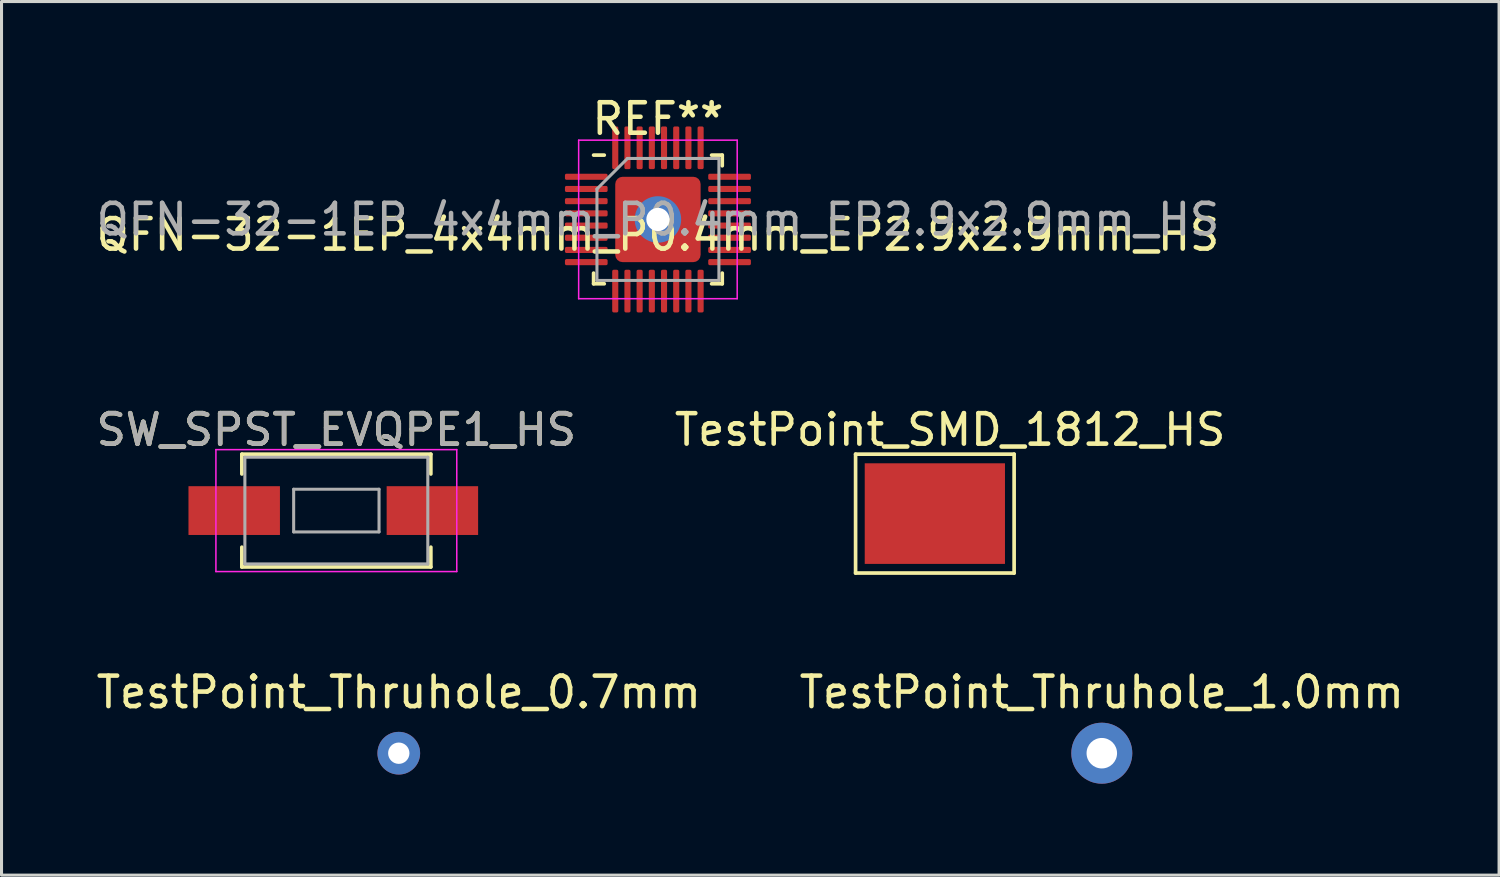
<source format=kicad_pcb>
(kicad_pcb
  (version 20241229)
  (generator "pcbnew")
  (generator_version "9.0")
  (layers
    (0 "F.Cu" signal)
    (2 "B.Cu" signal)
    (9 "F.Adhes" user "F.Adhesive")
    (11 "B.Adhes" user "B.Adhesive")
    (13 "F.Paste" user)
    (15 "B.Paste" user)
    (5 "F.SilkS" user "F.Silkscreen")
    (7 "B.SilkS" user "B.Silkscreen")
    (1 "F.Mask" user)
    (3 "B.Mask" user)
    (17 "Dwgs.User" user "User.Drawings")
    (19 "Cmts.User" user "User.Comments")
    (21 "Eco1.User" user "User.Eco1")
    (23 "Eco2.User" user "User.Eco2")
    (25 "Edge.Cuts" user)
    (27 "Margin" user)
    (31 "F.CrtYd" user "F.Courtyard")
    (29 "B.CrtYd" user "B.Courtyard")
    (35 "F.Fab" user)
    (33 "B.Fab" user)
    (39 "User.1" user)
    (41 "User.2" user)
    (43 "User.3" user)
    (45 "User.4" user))
  (footprint "TestPoint_Thruhole_0.7mm"
    (layer "F.Cu")
    (at 10.03 21.655)
    (property "Reference" "TestPoint_Thruhole_0.7mm" (at 0 -2 0) (layer "F.SilkS") (effects (font (size 1 1) (thickness 0.15))))
    (attr through_hole)
    (pad "1" thru_hole circle (at 0 0) (size 1.4 1.4) (drill 0.7) (layers "*.Cu" "*.Mask")))
  (footprint "SW_SPST_EVQPE1_HS"
    (layer "F.Cu")
    (at 7.982 13.697)
    (property "Reference" "SW_SPST_EVQPE1_HS" (at 0 -2.65 0) (layer "F.SilkS") (effects (font (size 1 1) (thickness 0.15))))
    (attr smd)
    (fp_line (start -3.1 -1.85) (end -3.1 -1.2) (stroke (width 0.12) (type solid)) (layer "F.SilkS"))
    (fp_line (start -3.1 1.2) (end -3.1 1.85) (stroke (width 0.12) (type solid)) (layer "F.SilkS"))
    (fp_line (start -3.1 1.85) (end 3.1 1.85) (stroke (width 0.12) (type solid)) (layer "F.SilkS"))
    (fp_line (start 3.1 -1.85) (end -3.1 -1.85) (stroke (width 0.12) (type solid)) (layer "F.SilkS"))
    (fp_line (start 3.1 -1.85) (end 3.1 -1.2) (stroke (width 0.12) (type solid)) (layer "F.SilkS"))
    (fp_line (start 3.1 1.85) (end 3.1 1.2) (stroke (width 0.12) (type solid)) (layer "F.SilkS"))
    (fp_line (start -3.95 -2) (end 3.95 -2) (stroke (width 0.05) (type solid)) (layer "F.CrtYd"))
    (fp_line (start -3.95 2) (end -3.95 -2) (stroke (width 0.05) (type solid)) (layer "F.CrtYd"))
    (fp_line (start 3.95 -2) (end 3.95 2) (stroke (width 0.05) (type solid)) (layer "F.CrtYd"))
    (fp_line (start 3.95 2) (end -3.95 2) (stroke (width 0.05) (type solid)) (layer "F.CrtYd"))
    (fp_line (start -3 -1.75) (end 3 -1.75) (stroke (width 0.1) (type solid)) (layer "F.Fab"))
    (fp_line (start -3 1.75) (end -3 -1.75) (stroke (width 0.1) (type solid)) (layer "F.Fab"))
    (fp_line (start -1.4 -0.7) (end 1.4 -0.7) (stroke (width 0.1) (type solid)) (layer "F.Fab"))
    (fp_line (start -1.4 0.7) (end -1.4 -0.7) (stroke (width 0.1) (type solid)) (layer "F.Fab"))
    (fp_line (start 1.4 -0.7) (end 1.4 0.7) (stroke (width 0.1) (type solid)) (layer "F.Fab"))
    (fp_line (start 1.4 0.7) (end -1.4 0.7) (stroke (width 0.1) (type solid)) (layer "F.Fab"))
    (fp_line (start 3 -1.75) (end 3 1.75) (stroke (width 0.1) (type solid)) (layer "F.Fab"))
    (fp_line (start 3 1.75) (end -3 1.75) (stroke (width 0.1) (type solid)) (layer "F.Fab"))
    (fp_text user "${REFERENCE}" (at 0 -2.65 0) (layer "F.Fab") (effects (font (size 1 1) (thickness 0.15))))
    (pad "1" smd rect (at -3.35 0) (size 3 1.6) (layers "F.Cu" "F.Mask" "F.Paste"))
    (pad "2" smd rect (at 3.15 0) (size 3 1.6) (layers "F.Cu" "F.Mask" "F.Paste")))
  (footprint "TestPoint_Thruhole_1.0mm"
    (layer "F.Cu")
    (at 33.089 21.655)
    (property "Reference" "TestPoint_Thruhole_1.0mm" (at 0 -2 0) (layer "F.SilkS") (effects (font (size 1 1) (thickness 0.15))))
    (attr through_hole)
    (pad "1" thru_hole circle (at 0 0) (size 2 2) (drill 1) (layers "*.Cu" "*.Mask")))
  (footprint "TestPoint_SMD_1812_HS"
    (layer "F.Cu")
    (at 27.613 13.796)
    (property "Reference" "TestPoint_SMD_1812_HS" (at 0.5 -2.75 0) (layer "F.SilkS") (effects (font (size 1 1) (thickness 0.15))))
    (attr smd)
    (fp_line (start -2.6 1.95) (end -2.6 -1.95) (stroke (width 0.12) (type solid)) (layer "F.SilkS"))
    (fp_line (start -2.6 1.95) (end 2.6 1.95) (stroke (width 0.12) (type solid)) (layer "F.SilkS"))
    (fp_line (start 2.6 -1.95) (end -2.6 -1.95) (stroke (width 0.12) (type solid)) (layer "F.SilkS"))
    (fp_line (start 2.6 -1.95) (end 2.6 1.95) (stroke (width 0.12) (type solid)) (layer "F.SilkS"))
    (pad "1" smd rect (at 0 0) (size 4.6 3.3) (layers "F.Cu" "F.Mask" "F.Paste")))
  (footprint "QFN-32-1EP_4x4mm_P0.4mm_EP2.9x2.9mm_HS"
    (layer "F.Cu")
    (at 18.53 4.148)
    (property "Reference" "QFN-32-1EP_4x4mm_P0.4mm_EP2.9x2.9mm_HS" (at 0 0.5 0) (layer "F.SilkS") (effects (font (size 1 1) (thickness 0.15))))
    (attr through_hole)
    (fp_line (start -2.11 2.11) (end -2.11 1.76) (stroke (width 0.12) (type solid)) (layer "F.SilkS"))
    (fp_line (start -1.76 -2.11) (end -2.11 -2.11) (stroke (width 0.12) (type solid)) (layer "F.SilkS"))
    (fp_line (start -1.76 2.11) (end -2.11 2.11) (stroke (width 0.12) (type solid)) (layer "F.SilkS"))
    (fp_line (start 1.76 -2.11) (end 2.11 -2.11) (stroke (width 0.12) (type solid)) (layer "F.SilkS"))
    (fp_line (start 1.76 2.11) (end 2.11 2.11) (stroke (width 0.12) (type solid)) (layer "F.SilkS"))
    (fp_line (start 2.11 -2.11) (end 2.11 -1.76) (stroke (width 0.12) (type solid)) (layer "F.SilkS"))
    (fp_line (start 2.11 2.11) (end 2.11 1.76) (stroke (width 0.12) (type solid)) (layer "F.SilkS"))
    (fp_line (start -2.6 -2.6) (end -2.6 2.6) (stroke (width 0.05) (type solid)) (layer "F.CrtYd"))
    (fp_line (start -2.6 2.6) (end 2.6 2.6) (stroke (width 0.05) (type solid)) (layer "F.CrtYd"))
    (fp_line (start 2.6 -2.6) (end -2.6 -2.6) (stroke (width 0.05) (type solid)) (layer "F.CrtYd"))
    (fp_line (start 2.6 2.6) (end 2.6 -2.6) (stroke (width 0.05) (type solid)) (layer "F.CrtYd"))
    (fp_line (start -2 -1) (end -1 -2) (stroke (width 0.1) (type solid)) (layer "F.Fab"))
    (fp_line (start -2 2) (end -2 -1) (stroke (width 0.1) (type solid)) (layer "F.Fab"))
    (fp_line (start -1 -2) (end 2 -2) (stroke (width 0.1) (type solid)) (layer "F.Fab"))
    (fp_line (start 2 -2) (end 2 2) (stroke (width 0.1) (type solid)) (layer "F.Fab"))
    (fp_line (start 2 2) (end -2 2) (stroke (width 0.1) (type solid)) (layer "F.Fab"))
    (fp_text user "REF**" (at 0 -3.3 0) (layer "F.SilkS") (effects (font (size 1 1) (thickness 0.15))))
    (fp_text user "${REFERENCE}" (at 0 0 0) (layer "F.Fab") (effects (font (size 1 1) (thickness 0.15))))
    (pad "" smd roundrect (at -0.725 -0.725) (size 1.17 1.17) (layers "F.Paste") (roundrect_rratio 0.214))
    (pad "" smd roundrect (at -0.725 0.725) (size 1.17 1.17) (layers "F.Paste") (roundrect_rratio 0.214))
    (pad "" smd roundrect (at 0.725 -0.725) (size 1.17 1.17) (layers "F.Paste") (roundrect_rratio 0.214))
    (pad "" smd roundrect (at 0.725 0.725) (size 1.17 1.17) (layers "F.Paste") (roundrect_rratio 0.214))
    (pad "1" smd roundrect (at -2.35 -1.4) (size 1.4 0.2) (layers "F.Cu" "F.Mask" "F.Paste") (roundrect_rratio 0.25))
    (pad "2" smd roundrect (at -2.35 -1) (size 1.4 0.2) (layers "F.Cu" "F.Mask" "F.Paste") (roundrect_rratio 0.25))
    (pad "3" smd roundrect (at -2.35 -0.6) (size 1.4 0.2) (layers "F.Cu" "F.Mask" "F.Paste") (roundrect_rratio 0.25))
    (pad "4" smd roundrect (at -2.35 -0.2) (size 1.4 0.2) (layers "F.Cu" "F.Mask" "F.Paste") (roundrect_rratio 0.25))
    (pad "5" smd roundrect (at -2.35 0.2) (size 1.4 0.2) (layers "F.Cu" "F.Mask" "F.Paste") (roundrect_rratio 0.25))
    (pad "6" smd roundrect (at -2.35 0.6) (size 1.4 0.2) (layers "F.Cu" "F.Mask" "F.Paste") (roundrect_rratio 0.25))
    (pad "7" smd roundrect (at -2.35 1) (size 1.4 0.2) (layers "F.Cu" "F.Mask" "F.Paste") (roundrect_rratio 0.25))
    (pad "8" smd roundrect (at -2.35 1.4) (size 1.4 0.2) (layers "F.Cu" "F.Mask" "F.Paste") (roundrect_rratio 0.25))
    (pad "9" smd roundrect (at -1.4 2.35) (size 0.2 1.4) (layers "F.Cu" "F.Mask" "F.Paste") (roundrect_rratio 0.25))
    (pad "10" smd roundrect (at -1 2.35) (size 0.2 1.4) (layers "F.Cu" "F.Mask" "F.Paste") (roundrect_rratio 0.25))
    (pad "11" smd roundrect (at -0.6 2.35) (size 0.2 1.4) (layers "F.Cu" "F.Mask" "F.Paste") (roundrect_rratio 0.25))
    (pad "12" smd roundrect (at -0.2 2.35) (size 0.2 1.4) (layers "F.Cu" "F.Mask" "F.Paste") (roundrect_rratio 0.25))
    (pad "13" smd roundrect (at 0.2 2.35) (size 0.2 1.4) (layers "F.Cu" "F.Mask" "F.Paste") (roundrect_rratio 0.25))
    (pad "14" smd roundrect (at 0.6 2.35) (size 0.2 1.4) (layers "F.Cu" "F.Mask" "F.Paste") (roundrect_rratio 0.25))
    (pad "15" smd roundrect (at 1 2.35) (size 0.2 1.4) (layers "F.Cu" "F.Mask" "F.Paste") (roundrect_rratio 0.25))
    (pad "16" smd roundrect (at 1.4 2.35) (size 0.2 1.4) (layers "F.Cu" "F.Mask" "F.Paste") (roundrect_rratio 0.25))
    (pad "17" smd roundrect (at 2.35 1.4) (size 1.4 0.2) (layers "F.Cu" "F.Mask" "F.Paste") (roundrect_rratio 0.25))
    (pad "18" smd roundrect (at 2.35 1) (size 1.4 0.2) (layers "F.Cu" "F.Mask" "F.Paste") (roundrect_rratio 0.25))
    (pad "19" smd roundrect (at 2.35 0.6) (size 1.4 0.2) (layers "F.Cu" "F.Mask" "F.Paste") (roundrect_rratio 0.25))
    (pad "20" smd roundrect (at 2.35 0.2) (size 1.4 0.2) (layers "F.Cu" "F.Mask" "F.Paste") (roundrect_rratio 0.25))
    (pad "21" smd roundrect (at 2.35 -0.2) (size 1.4 0.2) (layers "F.Cu" "F.Mask" "F.Paste") (roundrect_rratio 0.25))
    (pad "22" smd roundrect (at 2.35 -0.6) (size 1.4 0.2) (layers "F.Cu" "F.Mask" "F.Paste") (roundrect_rratio 0.25))
    (pad "23" smd roundrect (at 2.35 -1) (size 1.4 0.2) (layers "F.Cu" "F.Mask" "F.Paste") (roundrect_rratio 0.25))
    (pad "24" smd roundrect (at 2.35 -1.4) (size 1.4 0.2) (layers "F.Cu" "F.Mask" "F.Paste") (roundrect_rratio 0.25))
    (pad "25" smd roundrect (at 1.4 -2.35) (size 0.2 1.4) (layers "F.Cu" "F.Mask" "F.Paste") (roundrect_rratio 0.25))
    (pad "26" smd roundrect (at 1 -2.35) (size 0.2 1.4) (layers "F.Cu" "F.Mask" "F.Paste") (roundrect_rratio 0.25))
    (pad "27" smd roundrect (at 0.6 -2.35) (size 0.2 1.4) (layers "F.Cu" "F.Mask" "F.Paste") (roundrect_rratio 0.25))
    (pad "28" smd roundrect (at 0.2 -2.35) (size 0.2 1.4) (layers "F.Cu" "F.Mask" "F.Paste") (roundrect_rratio 0.25))
    (pad "29" smd roundrect (at -0.2 -2.35) (size 0.2 1.4) (layers "F.Cu" "F.Mask" "F.Paste") (roundrect_rratio 0.25))
    (pad "30" smd roundrect (at -0.6 -2.35) (size 0.2 1.4) (layers "F.Cu" "F.Mask" "F.Paste") (roundrect_rratio 0.25))
    (pad "31" smd roundrect (at -1 -2.35) (size 0.2 1.4) (layers "F.Cu" "F.Mask" "F.Paste") (roundrect_rratio 0.25))
    (pad "32" smd roundrect (at -1.4 -2.35) (size 0.2 1.4) (layers "F.Cu" "F.Mask" "F.Paste") (roundrect_rratio 0.25))
    (pad "33" thru_hole circle (at 0 0) (size 1.524 1.524) (drill 0.762) (layers "*.Cu" "*.Mask"))
    (pad "33" smd roundrect (at 0 0) (size 2.8 2.8) (layers "F.Cu" "F.Mask") (roundrect_rratio 0.086)))
  (gr_rect
    (start -3 -3)
    (end 46.119 25.655)
    (stroke (width 0.1) (type default))
    (fill no)
    (layer "Edge.Cuts")))
</source>
